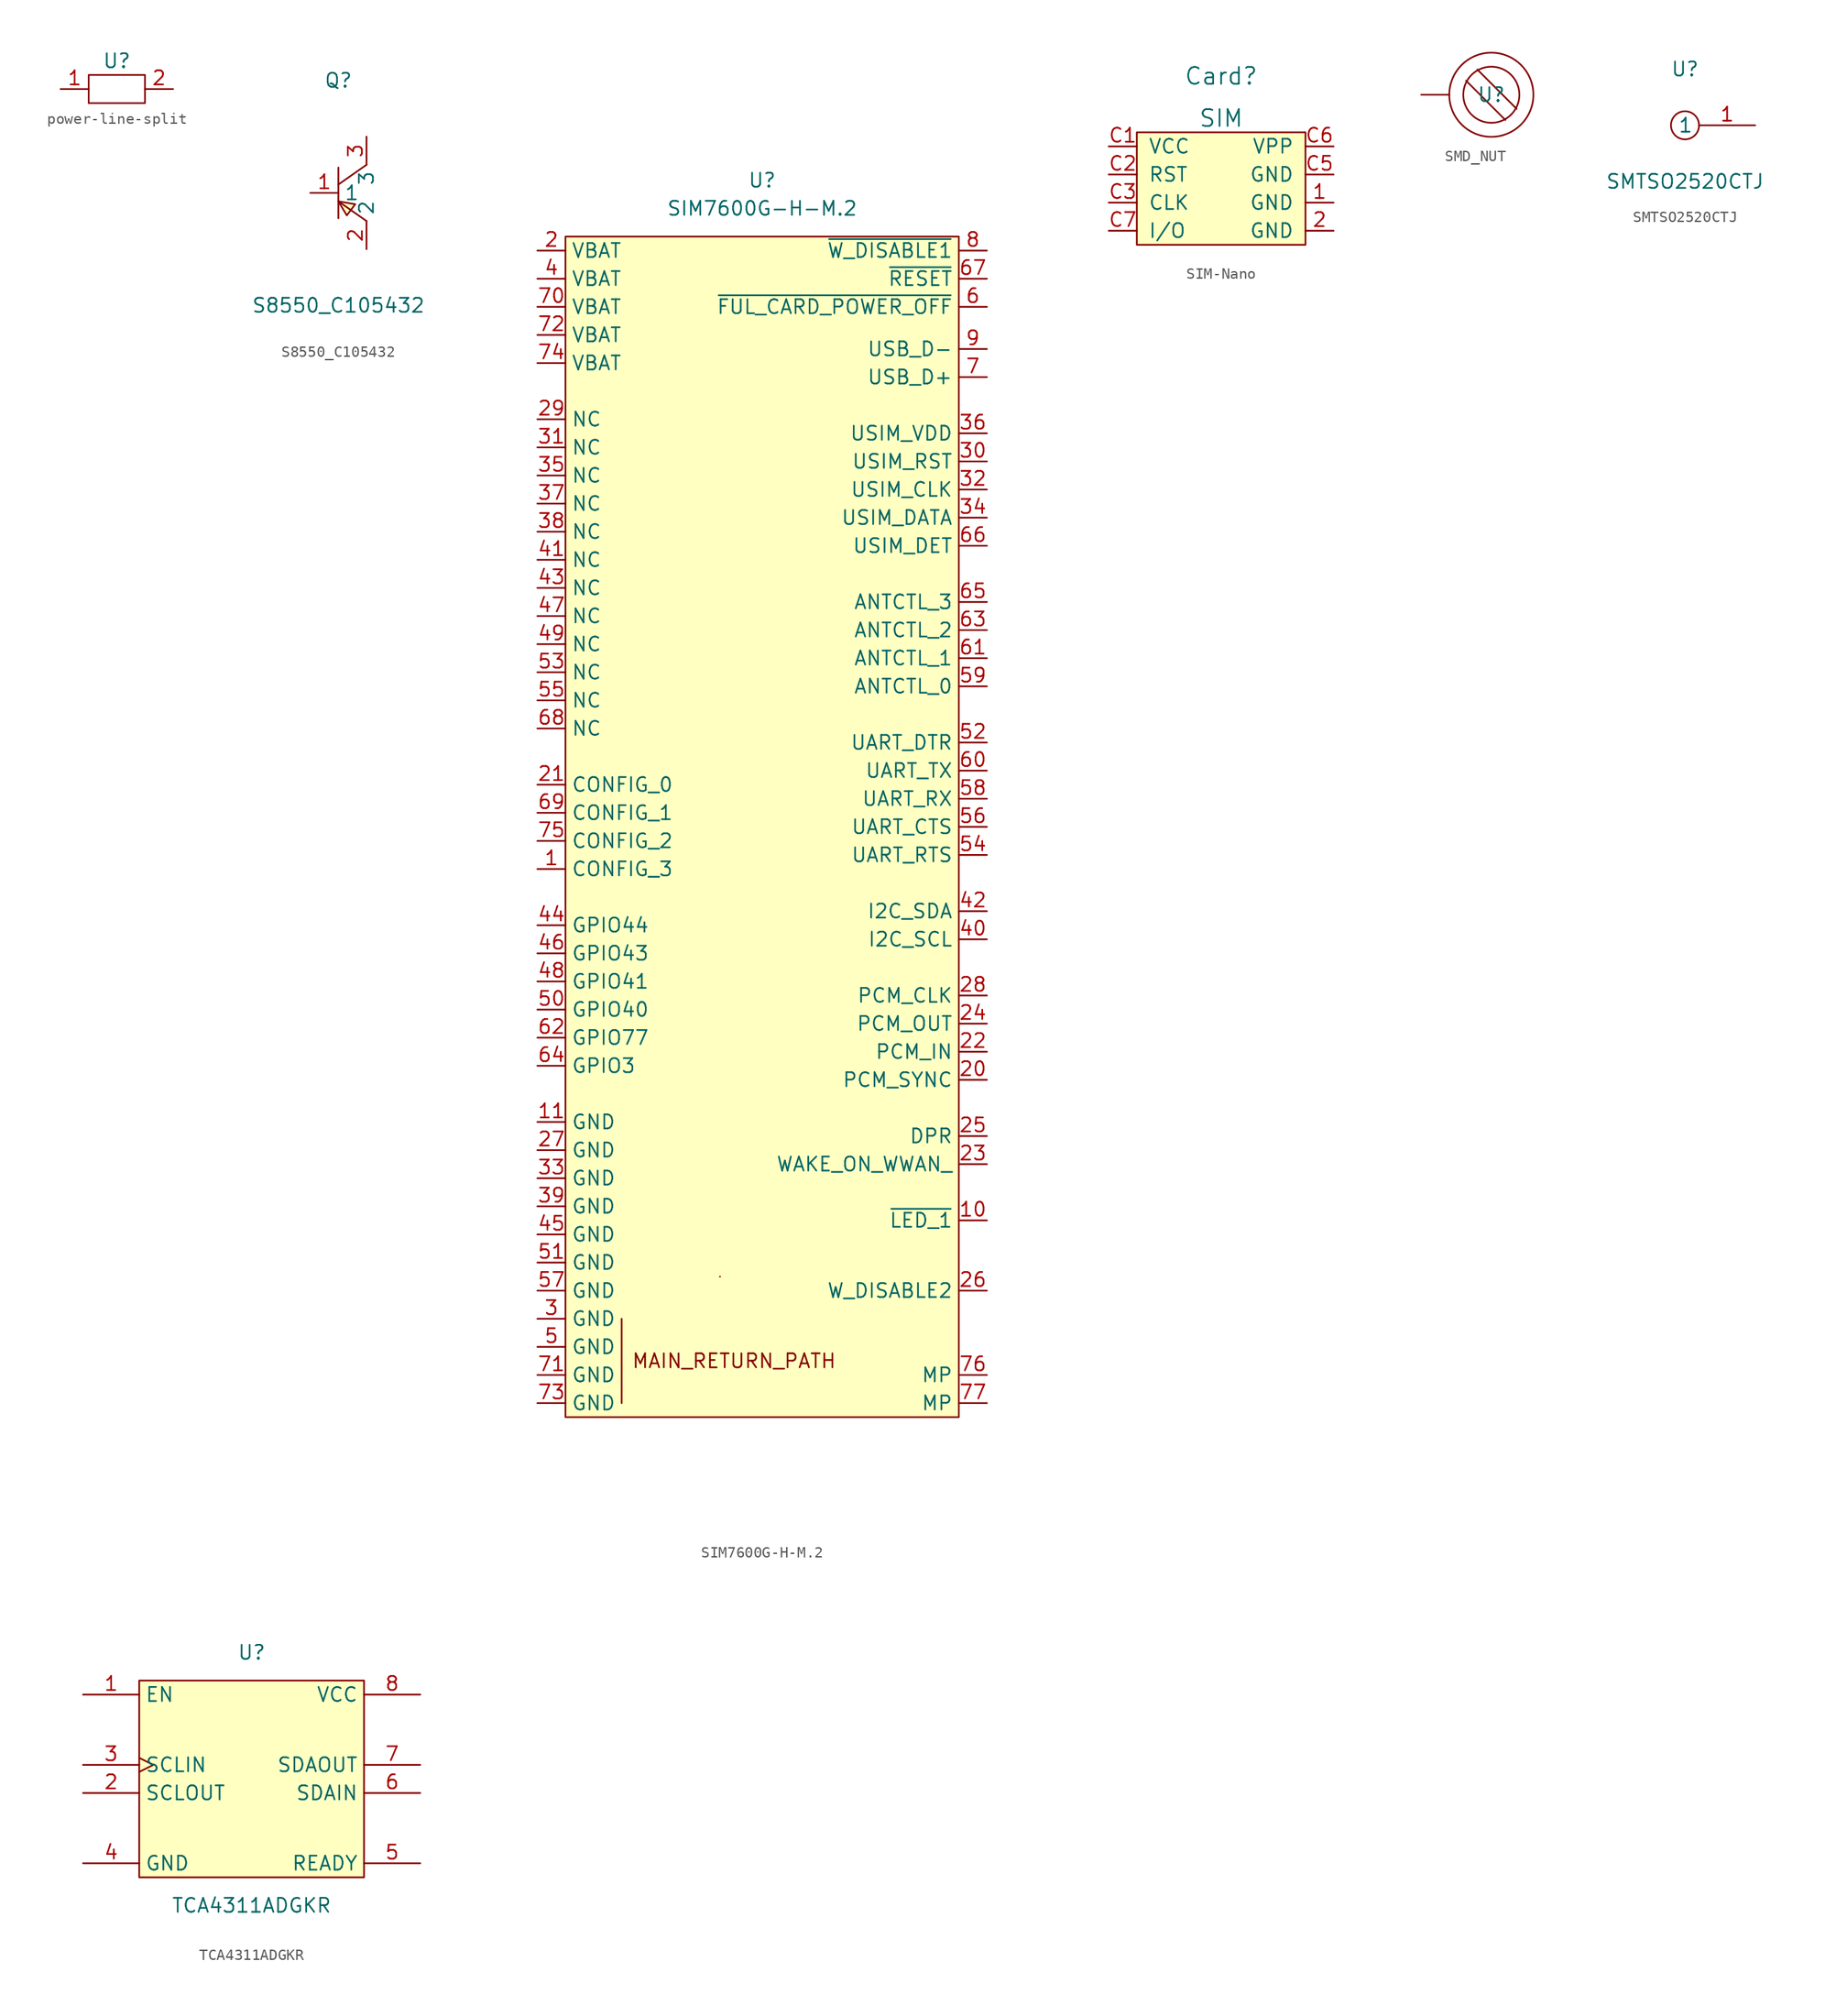
<source format=kicad_sym>
(kicad_symbol_lib
  (version 20231120)
  (generator "kicad_symbol_editor")
  (generator_version "8.0")
  (symbol "power-line-split"
    (property "Reference" "U"
      (at 0 0 0)
      (effects (font (size 1.27 1.27))))
    (property "Value" ""
      (at 0 0 0)
      (effects (font (size 1.27 1.27))))
    (symbol "power-line-split_0_1"
      (rectangle (start -2.54 -1.27) (end 2.54 -3.81) (stroke (width 0) (type default)) (fill (type none))))
    (symbol "power-line-split_1_1"
      (pin input line (at -5.08 -2.54 0) (length 2.54) (name "" (effects (font (size 1.27 1.27)))) (number "1" (effects (font (size 1.27 1.27)))))
      (pin input line (at 5.08 -2.54 180) (length 2.54) (name "" (effects (font (size 1.27 1.27)))) (number "2" (effects (font (size 1.27 1.27)))))))
  (symbol "S8550_C105432"
    (property "Reference" "Q"
      (at 0 10.16 0)
      (effects (font (size 1.27 1.27))))
    (property "Value" "S8550_C105432"
      (at 0 -10.16 0)
      (effects (font (size 1.27 1.27))))
    (symbol "S8550_C105432_0_1"
      (polyline (pts (xy 0 -0.76) (xy 2.54 -2.54)) (stroke (width 0) (type default)) (fill (type none)))
      (polyline (pts (xy 0 2.29) (xy 0 -2.29)) (stroke (width 0) (type default)) (fill (type none)))
      (polyline (pts (xy 2.54 2.54) (xy 0 0.76)) (stroke (width 0) (type default)) (fill (type none)))
      (polyline (pts (xy 0 -0.76) (xy 0.76 -2.03) (xy 1.52 -1.02) (xy 0 -0.76)) (stroke (width 0) (type default)) (fill (type background)))
      (pin input line (at -2.54 0 0) (length 2.54) (name "1" (effects (font (size 1.27 1.27)))) (number "1" (effects (font (size 1.27 1.27)))))
      (pin input line (at 2.54 -5.08 90) (length 2.54) (name "2" (effects (font (size 1.27 1.27)))) (number "2" (effects (font (size 1.27 1.27)))))
      (pin input line (at 2.54 5.08 270) (length 2.54) (name "3" (effects (font (size 1.27 1.27)))) (number "3" (effects (font (size 1.27 1.27)))))))
  (symbol "SIM7600G-H-M.2"
    (property "Reference" "U"
      (at 5.08 3.81 0)
      (effects (font (size 1.27 1.27))))
    (property "Value" "SIM7600G-H-M.2"
      (at 5.08 1.27 0)
      (effects (font (size 1.27 1.27))))
    (symbol "SIM7600G-H-M.2_0_1"
      (rectangle (start -12.7 -1.27) (end 22.86 -107.95) (stroke (width 0) (type default)) (fill (type background)))
      (polyline (pts (xy -7.62 -99.06) (xy -7.62 -106.68)) (stroke (width 0) (type default)) (fill (type none)))
      (rectangle (start 1.27 -95.25) (end 1.27 -95.25) (stroke (width 0) (type default)) (fill (type none))))
    (symbol "SIM7600G-H-M.2_1_1"
      (text "MAIN_RETURN_PATH" (at 2.54 -102.87 0) (effects (font (size 1.27 1.27))))
      (pin input line (at -15.24 -58.42 0) (length 2.54) (name "CONFIG_3" (effects (font (size 1.27 1.27)))) (number "1" (effects (font (size 1.27 1.27)))))
      (pin input line (at 25.4 -90.17 180) (length 2.54) (name "~{LED_1}" (effects (font (size 1.27 1.27)))) (number "10" (effects (font (size 1.27 1.27)))))
      (pin input line (at -15.24 -81.28 0) (length 2.54) (name "GND" (effects (font (size 1.27 1.27)))) (number "11" (effects (font (size 1.27 1.27)))))
      (pin input line (at -15.24 -2.54 0) (length 2.54) (name "VBAT" (effects (font (size 1.27 1.27)))) (number "2" (effects (font (size 1.27 1.27)))))
      (pin input line (at 25.4 -77.47 180) (length 2.54) (name "PCM_SYNC" (effects (font (size 1.27 1.27)))) (number "20" (effects (font (size 1.27 1.27)))))
      (pin input line (at -15.24 -50.8 0) (length 2.54) (name "CONFIG_0" (effects (font (size 1.27 1.27)))) (number "21" (effects (font (size 1.27 1.27)))))
      (pin input line (at 25.4 -74.93 180) (length 2.54) (name "PCM_IN" (effects (font (size 1.27 1.27)))) (number "22" (effects (font (size 1.27 1.27)))))
      (pin input line (at 25.4 -85.09 180) (length 2.54) (name "WAKE_ON_WWAN_" (effects (font (size 1.27 1.27)))) (number "23" (effects (font (size 1.27 1.27)))))
      (pin input line (at 25.4 -72.39 180) (length 2.54) (name "PCM_OUT" (effects (font (size 1.27 1.27)))) (number "24" (effects (font (size 1.27 1.27)))))
      (pin input line (at 25.4 -82.55 180) (length 2.54) (name "DPR" (effects (font (size 1.27 1.27)))) (number "25" (effects (font (size 1.27 1.27)))))
      (pin input line (at 25.4 -96.52 180) (length 2.54) (name "W_DISABLE2" (effects (font (size 1.27 1.27)))) (number "26" (effects (font (size 1.27 1.27)))))
      (pin input line (at -15.24 -83.82 0) (length 2.54) (name "GND" (effects (font (size 1.27 1.27)))) (number "27" (effects (font (size 1.27 1.27)))))
      (pin input line (at 25.4 -69.85 180) (length 2.54) (name "PCM_CLK" (effects (font (size 1.27 1.27)))) (number "28" (effects (font (size 1.27 1.27)))))
      (pin input line (at -15.24 -17.78 0) (length 2.54) (name "NC" (effects (font (size 1.27 1.27)))) (number "29" (effects (font (size 1.27 1.27)))))
      (pin input line (at -15.24 -99.06 0) (length 2.54) (name "GND" (effects (font (size 1.27 1.27)))) (number "3" (effects (font (size 1.27 1.27)))))
      (pin input line (at 25.4 -21.59 180) (length 2.54) (name "USIM_RST" (effects (font (size 1.27 1.27)))) (number "30" (effects (font (size 1.27 1.27)))))
      (pin input line (at -15.24 -20.32 0) (length 2.54) (name "NC" (effects (font (size 1.27 1.27)))) (number "31" (effects (font (size 1.27 1.27)))))
      (pin input line (at 25.4 -24.13 180) (length 2.54) (name "USIM_CLK" (effects (font (size 1.27 1.27)))) (number "32" (effects (font (size 1.27 1.27)))))
      (pin input line (at -15.24 -86.36 0) (length 2.54) (name "GND" (effects (font (size 1.27 1.27)))) (number "33" (effects (font (size 1.27 1.27)))))
      (pin input line (at 25.4 -26.67 180) (length 2.54) (name "USIM_DATA" (effects (font (size 1.27 1.27)))) (number "34" (effects (font (size 1.27 1.27)))))
      (pin input line (at -15.24 -22.86 0) (length 2.54) (name "NC" (effects (font (size 1.27 1.27)))) (number "35" (effects (font (size 1.27 1.27)))))
      (pin input line (at 25.4 -19.05 180) (length 2.54) (name "USIM_VDD" (effects (font (size 1.27 1.27)))) (number "36" (effects (font (size 1.27 1.27)))))
      (pin input line (at -15.24 -25.4 0) (length 2.54) (name "NC" (effects (font (size 1.27 1.27)))) (number "37" (effects (font (size 1.27 1.27)))))
      (pin input line (at -15.24 -27.94 0) (length 2.54) (name "NC" (effects (font (size 1.27 1.27)))) (number "38" (effects (font (size 1.27 1.27)))))
      (pin input line (at -15.24 -88.9 0) (length 2.54) (name "GND" (effects (font (size 1.27 1.27)))) (number "39" (effects (font (size 1.27 1.27)))))
      (pin input line (at -15.24 -5.08 0) (length 2.54) (name "VBAT" (effects (font (size 1.27 1.27)))) (number "4" (effects (font (size 1.27 1.27)))))
      (pin passive line (at 25.4 -64.77 180) (length 2.54) (name "I2C_SCL" (effects (font (size 1.27 1.27)))) (number "40" (effects (font (size 1.27 1.27)))))
      (pin input line (at -15.24 -30.48 0) (length 2.54) (name "NC" (effects (font (size 1.27 1.27)))) (number "41" (effects (font (size 1.27 1.27)))))
      (pin passive line (at 25.4 -62.23 180) (length 2.54) (name "I2C_SDA" (effects (font (size 1.27 1.27)))) (number "42" (effects (font (size 1.27 1.27)))))
      (pin input line (at -15.24 -33.02 0) (length 2.54) (name "NC" (effects (font (size 1.27 1.27)))) (number "43" (effects (font (size 1.27 1.27)))))
      (pin input line (at -15.24 -63.5 0) (length 2.54) (name "GPIO44" (effects (font (size 1.27 1.27)))) (number "44" (effects (font (size 1.27 1.27)))))
      (pin input line (at -15.24 -91.44 0) (length 2.54) (name "GND" (effects (font (size 1.27 1.27)))) (number "45" (effects (font (size 1.27 1.27)))))
      (pin input line (at -15.24 -66.04 0) (length 2.54) (name "GPIO43" (effects (font (size 1.27 1.27)))) (number "46" (effects (font (size 1.27 1.27)))))
      (pin input line (at -15.24 -35.56 0) (length 2.54) (name "NC" (effects (font (size 1.27 1.27)))) (number "47" (effects (font (size 1.27 1.27)))))
      (pin input line (at -15.24 -68.58 0) (length 2.54) (name "GPIO41" (effects (font (size 1.27 1.27)))) (number "48" (effects (font (size 1.27 1.27)))))
      (pin input line (at -15.24 -38.1 0) (length 2.54) (name "NC" (effects (font (size 1.27 1.27)))) (number "49" (effects (font (size 1.27 1.27)))))
      (pin input line (at -15.24 -101.6 0) (length 2.54) (name "GND" (effects (font (size 1.27 1.27)))) (number "5" (effects (font (size 1.27 1.27)))))
      (pin input line (at -15.24 -71.12 0) (length 2.54) (name "GPIO40" (effects (font (size 1.27 1.27)))) (number "50" (effects (font (size 1.27 1.27)))))
      (pin input line (at -15.24 -93.98 0) (length 2.54) (name "GND" (effects (font (size 1.27 1.27)))) (number "51" (effects (font (size 1.27 1.27)))))
      (pin input line (at 25.4 -46.99 180) (length 2.54) (name "UART_DTR" (effects (font (size 1.27 1.27)))) (number "52" (effects (font (size 1.27 1.27)))))
      (pin input line (at -15.24 -40.64 0) (length 2.54) (name "NC" (effects (font (size 1.27 1.27)))) (number "53" (effects (font (size 1.27 1.27)))))
      (pin input line (at 25.4 -57.15 180) (length 2.54) (name "UART_RTS" (effects (font (size 1.27 1.27)))) (number "54" (effects (font (size 1.27 1.27)))))
      (pin input line (at -15.24 -43.18 0) (length 2.54) (name "NC" (effects (font (size 1.27 1.27)))) (number "55" (effects (font (size 1.27 1.27)))))
      (pin input line (at 25.4 -54.61 180) (length 2.54) (name "UART_CTS" (effects (font (size 1.27 1.27)))) (number "56" (effects (font (size 1.27 1.27)))))
      (pin input line (at -15.24 -96.52 0) (length 2.54) (name "GND" (effects (font (size 1.27 1.27)))) (number "57" (effects (font (size 1.27 1.27)))))
      (pin passive line (at 25.4 -52.07 180) (length 2.54) (name "UART_RX" (effects (font (size 1.27 1.27)))) (number "58" (effects (font (size 1.27 1.27)))))
      (pin input line (at 25.4 -41.91 180) (length 2.54) (name "ANTCTL_0" (effects (font (size 1.27 1.27)))) (number "59" (effects (font (size 1.27 1.27)))))
      (pin input line (at 25.4 -7.62 180) (length 2.54) (name "~{FUL_CARD_POWER_OFF}" (effects (font (size 1.27 1.27)))) (number "6" (effects (font (size 1.27 1.27)))))
      (pin passive line (at 25.4 -49.53 180) (length 2.54) (name "UART_TX" (effects (font (size 1.27 1.27)))) (number "60" (effects (font (size 1.27 1.27)))))
      (pin input line (at 25.4 -39.37 180) (length 2.54) (name "ANTCTL_1" (effects (font (size 1.27 1.27)))) (number "61" (effects (font (size 1.27 1.27)))))
      (pin input line (at -15.24 -73.66 0) (length 2.54) (name "GPIO77" (effects (font (size 1.27 1.27)))) (number "62" (effects (font (size 1.27 1.27)))))
      (pin input line (at 25.4 -36.83 180) (length 2.54) (name "ANTCTL_2" (effects (font (size 1.27 1.27)))) (number "63" (effects (font (size 1.27 1.27)))))
      (pin input line (at -15.24 -76.2 0) (length 2.54) (name "GPIO3" (effects (font (size 1.27 1.27)))) (number "64" (effects (font (size 1.27 1.27)))))
      (pin input line (at 25.4 -34.29 180) (length 2.54) (name "ANTCTL_3" (effects (font (size 1.27 1.27)))) (number "65" (effects (font (size 1.27 1.27)))))
      (pin input line (at 25.4 -29.21 180) (length 2.54) (name "USIM_DET" (effects (font (size 1.27 1.27)))) (number "66" (effects (font (size 1.27 1.27)))))
      (pin input line (at 25.4 -5.08 180) (length 2.54) (name "~{RESET}" (effects (font (size 1.27 1.27)))) (number "67" (effects (font (size 1.27 1.27)))))
      (pin input line (at -15.24 -45.72 0) (length 2.54) (name "NC" (effects (font (size 1.27 1.27)))) (number "68" (effects (font (size 1.27 1.27)))))
      (pin input line (at -15.24 -53.34 0) (length 2.54) (name "CONFIG_1" (effects (font (size 1.27 1.27)))) (number "69" (effects (font (size 1.27 1.27)))))
      (pin input line (at 25.4 -13.97 180) (length 2.54) (name "USB_D+" (effects (font (size 1.27 1.27)))) (number "7" (effects (font (size 1.27 1.27)))))
      (pin input line (at -15.24 -7.62 0) (length 2.54) (name "VBAT" (effects (font (size 1.27 1.27)))) (number "70" (effects (font (size 1.27 1.27)))))
      (pin input line (at -15.24 -104.14 0) (length 2.54) (name "GND" (effects (font (size 1.27 1.27)))) (number "71" (effects (font (size 1.27 1.27)))))
      (pin input line (at -15.24 -10.16 0) (length 2.54) (name "VBAT" (effects (font (size 1.27 1.27)))) (number "72" (effects (font (size 1.27 1.27)))))
      (pin input line (at -15.24 -106.68 0) (length 2.54) (name "GND" (effects (font (size 1.27 1.27)))) (number "73" (effects (font (size 1.27 1.27)))))
      (pin input line (at -15.24 -12.7 0) (length 2.54) (name "VBAT" (effects (font (size 1.27 1.27)))) (number "74" (effects (font (size 1.27 1.27)))))
      (pin input line (at -15.24 -55.88 0) (length 2.54) (name "CONFIG_2" (effects (font (size 1.27 1.27)))) (number "75" (effects (font (size 1.27 1.27)))))
      (pin input line (at 25.4 -104.14 180) (length 2.54) (name "MP" (effects (font (size 1.27 1.27)))) (number "76" (effects (font (size 1.27 1.27)))))
      (pin input line (at 25.4 -106.68 180) (length 2.54) (name "MP" (effects (font (size 1.27 1.27)))) (number "77" (effects (font (size 1.27 1.27)))))
      (pin input line (at 25.4 -2.54 180) (length 2.54) (name "~{W_DISABLE1}" (effects (font (size 1.27 1.27)))) (number "8" (effects (font (size 1.27 1.27)))))
      (pin input line (at 25.4 -11.43 180) (length 2.54) (name "USB_D-" (effects (font (size 1.27 1.27)))) (number "9" (effects (font (size 1.27 1.27)))))))
  (symbol "SIM-Nano"
    (pin_names
      (offset 1.016))
    (property "Reference" "Card"
      (at 0 10.16 0)
      (effects (font (size 1.524 1.524))))
    (property "Value" "SIM"
      (at 0 6.35 0)
      (effects (font (size 1.524 1.524))))
    (symbol "SIM-Nano_1_1"
      (rectangle (start -7.62 5.08) (end 7.62 -5.08) (stroke (width 0) (type default)) (fill (type background)))
      (pin input line (at 10.16 -1.27 180) (length 2.54) (name "GND" (effects (font (size 1.27 1.27)))) (number "1" (effects (font (size 1.27 1.27)))))
      (pin input line (at 10.16 -3.81 180) (length 2.54) (name "GND" (effects (font (size 1.27 1.27)))) (number "2" (effects (font (size 1.27 1.27)))))
      (pin unspecified line (at -10.16 3.81 0) (length 2.54) (name "VCC" (effects (font (size 1.27 1.27)))) (number "C1" (effects (font (size 1.27 1.27)))))
      (pin unspecified line (at -10.16 1.27 0) (length 2.54) (name "RST" (effects (font (size 1.27 1.27)))) (number "C2" (effects (font (size 1.27 1.27)))))
      (pin unspecified line (at -10.16 -1.27 0) (length 2.54) (name "CLK" (effects (font (size 1.27 1.27)))) (number "C3" (effects (font (size 1.27 1.27)))))
      (pin unspecified line (at 10.16 1.27 180) (length 2.54) (name "GND" (effects (font (size 1.27 1.27)))) (number "C5" (effects (font (size 1.27 1.27)))))
      (pin unspecified line (at 10.16 3.81 180) (length 2.54) (name "VPP" (effects (font (size 1.27 1.27)))) (number "C6" (effects (font (size 1.27 1.27)))))
      (pin unspecified line (at -10.16 -3.81 0) (length 2.54) (name "I/O" (effects (font (size 1.27 1.27)))) (number "C7" (effects (font (size 1.27 1.27)))))))
  (symbol "SMD_NUT"
    (pin_numbers hide)
    (pin_names hide)
    (property "Reference" "U"
      (at 0 0 0)
      (effects (font (size 1.27 1.27))))
    (property "Value" ""
      (at 0 0 0)
      (effects (font (size 1.27 1.27))))
    (symbol "SMD_NUT_0_1"
      (polyline (pts (xy -2.286 1.27) (xy 1.27 -2.286)) (stroke (width 0) (type default)) (fill (type none)))
      (polyline (pts (xy 2.286 -1.27) (xy -1.27 2.286)) (stroke (width 0) (type default)) (fill (type none)))
      (circle (center 0 0) (radius 2.54) (stroke (width 0) (type default)) (fill (type none)))
      (circle (center 0 0) (radius 3.81) (stroke (width 0) (type default)) (fill (type none))))
    (symbol "SMD_NUT_1_1"
      (pin passive line (at -6.35 0 0) (length 2.54) (name "" (effects (font (size 1.27 1.27)))) (number "1" (effects (font (size 1.27 1.27)))))))
  (symbol "SMTSO2520CTJ"
    (property "Reference" "U"
      (at 0 5.08 0)
      (effects (font (size 1.27 1.27))))
    (property "Value" "SMTSO2520CTJ"
      (at 0 -5.08 0)
      (effects (font (size 1.27 1.27))))
    (symbol "SMTSO2520CTJ_0_1"
      (circle (center 0 0) (radius 1.27) (stroke (width 0) (type default)) (fill (type none)))
      (pin unspecified line (at 6.35 0 180) (length 5.08) (name "1" (effects (font (size 1.27 1.27)))) (number "1" (effects (font (size 1.27 1.27)))))))
  (symbol "TCA4311ADGKR"
    (property "Reference" "U"
      (at 0 11.43 0)
      (effects (font (size 1.27 1.27))))
    (property "Value" "TCA4311ADGKR"
      (at 0 -11.43 0)
      (effects (font (size 1.27 1.27))))
    (symbol "TCA4311ADGKR_0_1"
      (rectangle (start -10.16 8.89) (end 10.16 -8.89) (stroke (width 0) (type default)) (fill (type background)))
      (pin unspecified line (at -15.24 7.62 0) (length 5.08) (name "EN" (effects (font (size 1.27 1.27)))) (number "1" (effects (font (size 1.27 1.27)))))
      (pin unspecified line (at -15.24 -1.27 0) (length 5.08) (name "SCLOUT" (effects (font (size 1.27 1.27)))) (number "2" (effects (font (size 1.27 1.27)))))
      (pin unspecified clock (at -15.24 1.27 0) (length 5.08) (name "SCLIN" (effects (font (size 1.27 1.27)))) (number "3" (effects (font (size 1.27 1.27)))))
      (pin power_in line (at -15.24 -7.62 0) (length 5.08) (name "GND" (effects (font (size 1.27 1.27)))) (number "4" (effects (font (size 1.27 1.27)))))
      (pin unspecified line (at 15.24 -7.62 180) (length 5.08) (name "READY" (effects (font (size 1.27 1.27)))) (number "5" (effects (font (size 1.27 1.27)))))
      (pin unspecified line (at 15.24 -1.27 180) (length 5.08) (name "SDAIN" (effects (font (size 1.27 1.27)))) (number "6" (effects (font (size 1.27 1.27)))))
      (pin unspecified line (at 15.24 1.27 180) (length 5.08) (name "SDAOUT" (effects (font (size 1.27 1.27)))) (number "7" (effects (font (size 1.27 1.27)))))
      (pin power_in line (at 15.24 7.62 180) (length 5.08) (name "VCC" (effects (font (size 1.27 1.27)))) (number "8" (effects (font (size 1.27 1.27))))))))
</source>
